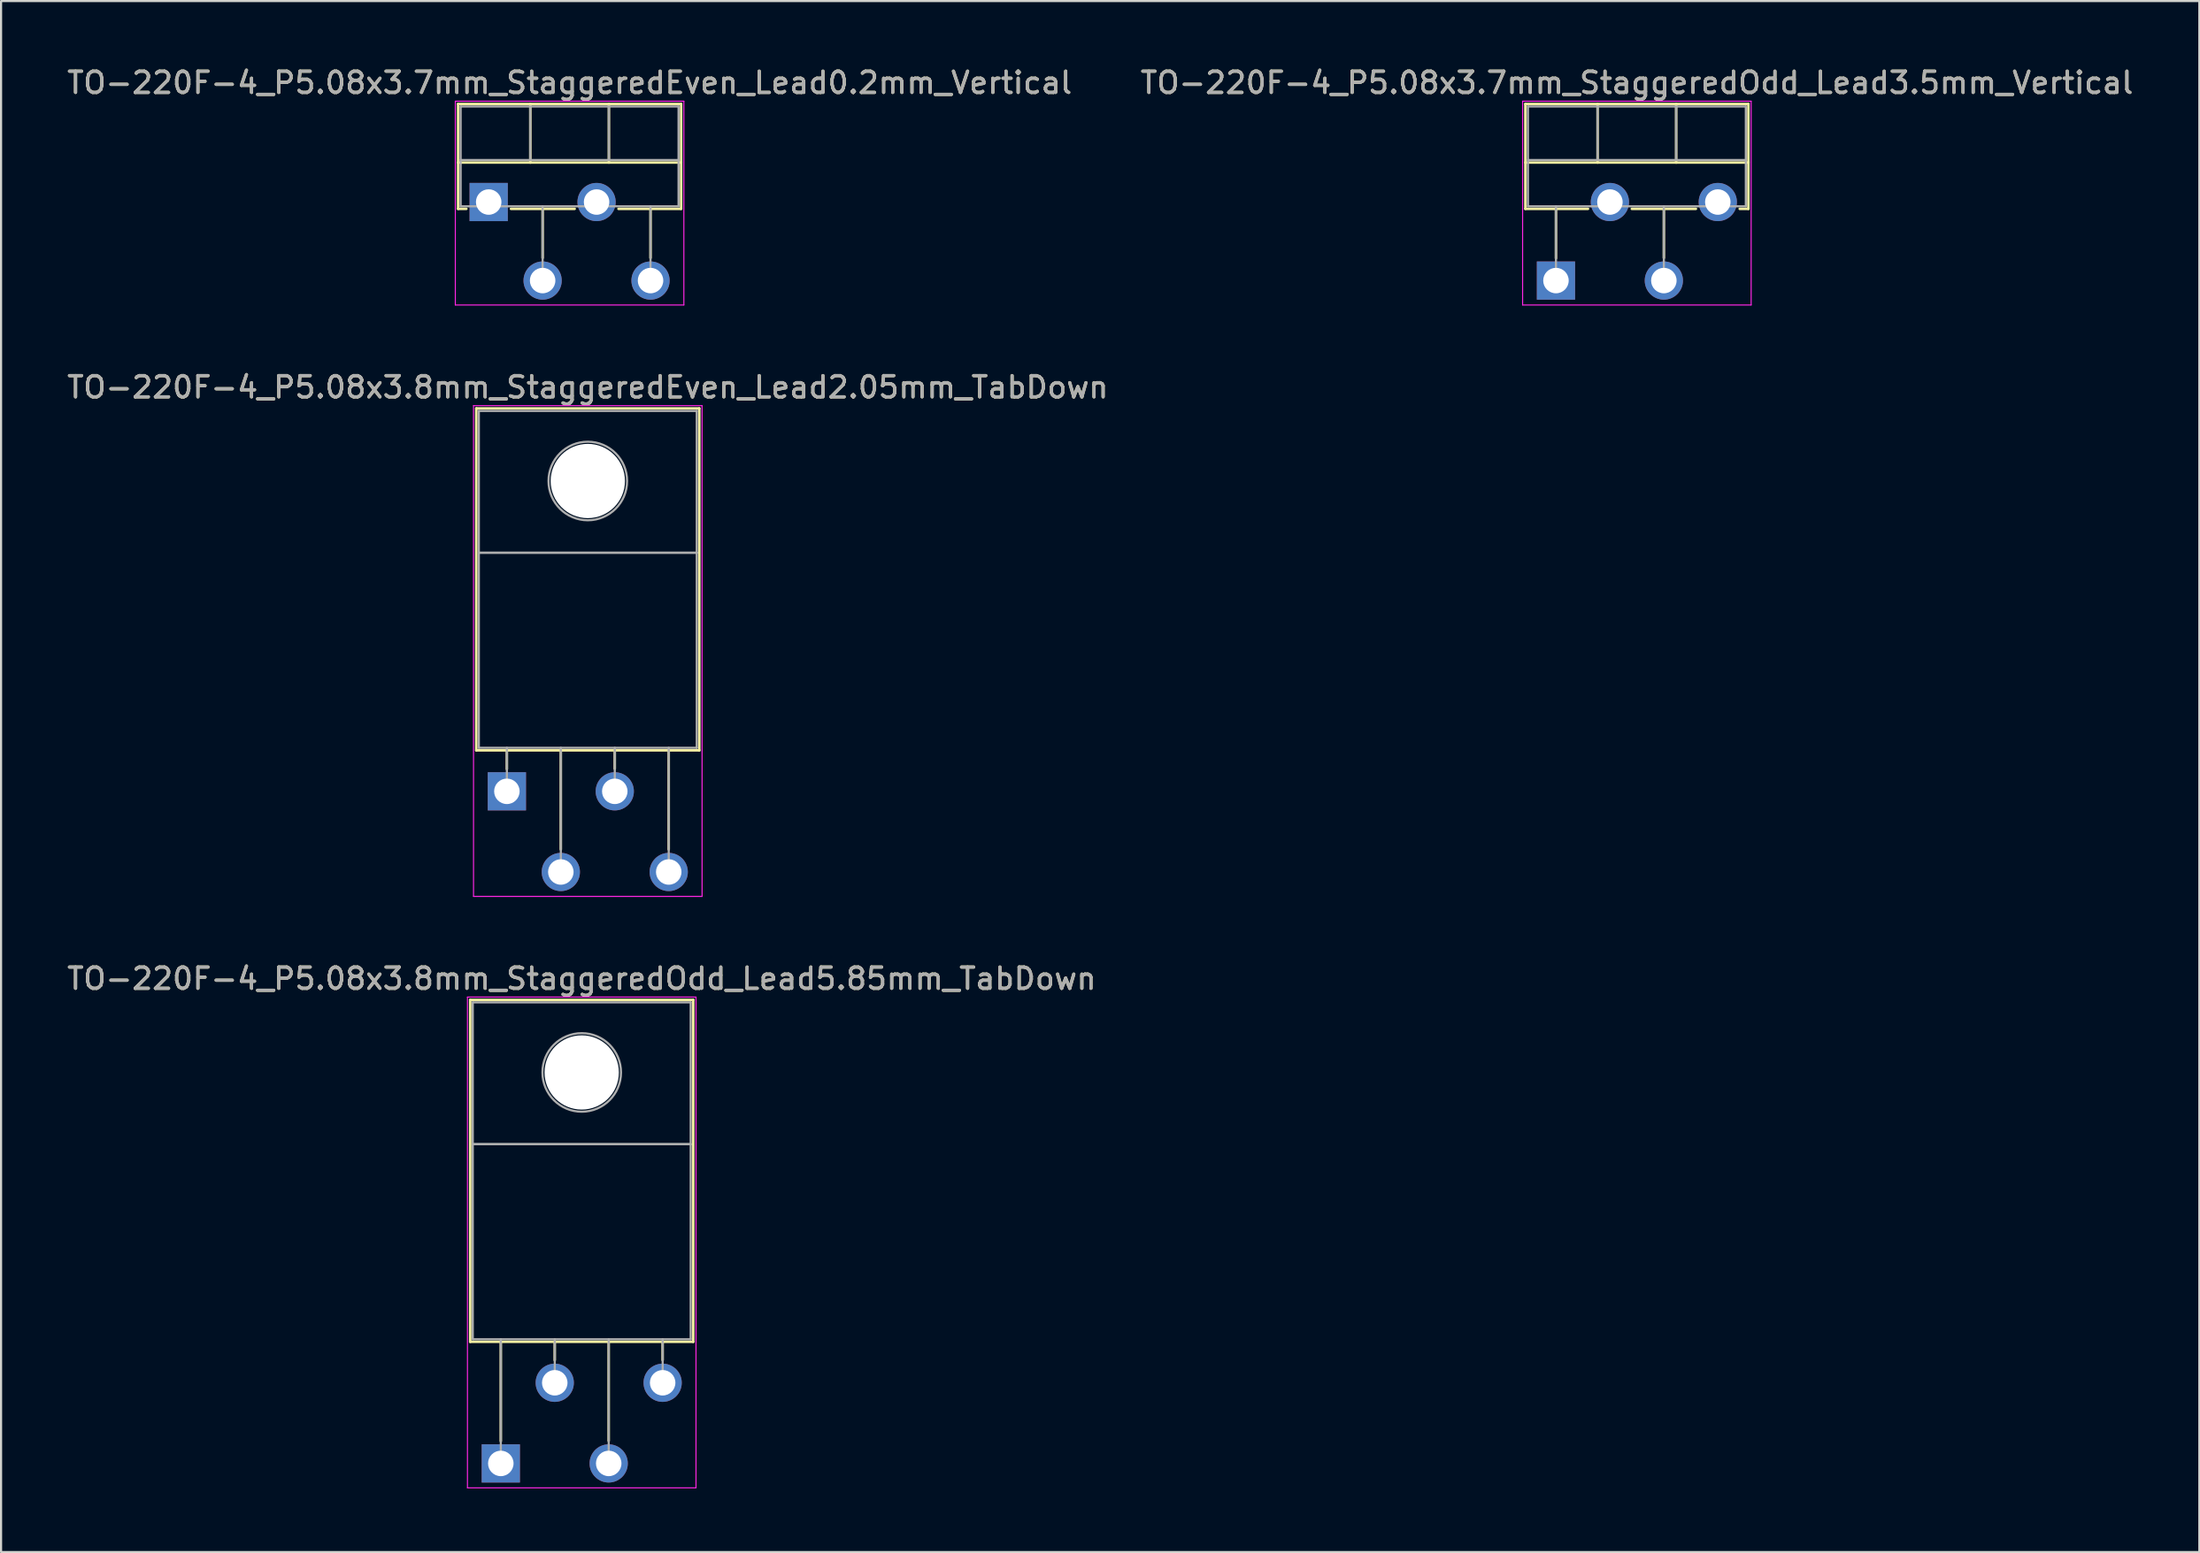
<source format=kicad_pcb>
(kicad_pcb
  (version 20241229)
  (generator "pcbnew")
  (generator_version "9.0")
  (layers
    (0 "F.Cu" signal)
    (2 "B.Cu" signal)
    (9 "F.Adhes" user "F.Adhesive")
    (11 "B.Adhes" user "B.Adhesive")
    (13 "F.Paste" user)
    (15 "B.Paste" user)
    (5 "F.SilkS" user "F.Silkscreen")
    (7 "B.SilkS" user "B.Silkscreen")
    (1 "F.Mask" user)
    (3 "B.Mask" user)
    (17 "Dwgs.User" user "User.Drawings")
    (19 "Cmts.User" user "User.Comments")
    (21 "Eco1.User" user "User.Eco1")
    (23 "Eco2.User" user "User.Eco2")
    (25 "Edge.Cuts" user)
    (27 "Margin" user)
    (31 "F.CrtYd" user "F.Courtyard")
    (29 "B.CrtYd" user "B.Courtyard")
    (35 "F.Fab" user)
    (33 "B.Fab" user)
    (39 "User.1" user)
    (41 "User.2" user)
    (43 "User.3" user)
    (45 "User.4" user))
  (footprint "TO-220F-4_P5.08x3.8mm_StaggeredOdd_Lead5.85mm_TabDown"
    (layer "F.Cu")
    (at 20.529 65.895)
    (property "Reference" "TO-220F-4_P5.08x3.8mm_StaggeredOdd_Lead5.85mm_TabDown" (at 3.81 -22.84 0) (layer "F.SilkS") (effects (font (size 1 1) (thickness 0.15))))
    (attr through_hole)
    (fp_line (start -1.44 -21.84) (end -1.44 -5.73) (stroke (width 0.12) (type solid)) (layer "F.SilkS"))
    (fp_line (start -1.44 -21.84) (end 9.06 -21.84) (stroke (width 0.12) (type solid)) (layer "F.SilkS"))
    (fp_line (start -1.44 -5.73) (end 9.06 -5.73) (stroke (width 0.12) (type solid)) (layer "F.SilkS"))
    (fp_line (start 0 -5.73) (end 0 -1.05) (stroke (width 0.12) (type solid)) (layer "F.SilkS"))
    (fp_line (start 2.54 -5.73) (end 2.54 -4.866) (stroke (width 0.12) (type solid)) (layer "F.SilkS"))
    (fp_line (start 5.08 -5.73) (end 5.08 -1.065) (stroke (width 0.12) (type solid)) (layer "F.SilkS"))
    (fp_line (start 7.62 -5.73) (end 7.62 -4.866) (stroke (width 0.12) (type solid)) (layer "F.SilkS"))
    (fp_line (start 9.06 -21.84) (end 9.06 -5.73) (stroke (width 0.12) (type solid)) (layer "F.SilkS"))
    (fp_line (start -1.57 -21.97) (end -1.57 1.15) (stroke (width 0.05) (type solid)) (layer "F.CrtYd"))
    (fp_line (start -1.57 1.15) (end 9.19 1.15) (stroke (width 0.05) (type solid)) (layer "F.CrtYd"))
    (fp_line (start 9.19 -21.97) (end -1.57 -21.97) (stroke (width 0.05) (type solid)) (layer "F.CrtYd"))
    (fp_line (start 9.19 1.15) (end 9.19 -21.97) (stroke (width 0.05) (type solid)) (layer "F.CrtYd"))
    (fp_line (start -1.32 -21.72) (end 8.94 -21.72) (stroke (width 0.1) (type solid)) (layer "F.Fab"))
    (fp_line (start -1.32 -15.04) (end -1.32 -21.72) (stroke (width 0.1) (type solid)) (layer "F.Fab"))
    (fp_line (start -1.32 -15.04) (end 8.94 -15.04) (stroke (width 0.1) (type solid)) (layer "F.Fab"))
    (fp_line (start -1.32 -5.85) (end -1.32 -15.04) (stroke (width 0.1) (type solid)) (layer "F.Fab"))
    (fp_line (start 0 -5.85) (end 0 0) (stroke (width 0.1) (type solid)) (layer "F.Fab"))
    (fp_line (start 2.54 -5.85) (end 2.54 -3.8) (stroke (width 0.1) (type solid)) (layer "F.Fab"))
    (fp_line (start 5.08 -5.85) (end 5.08 0) (stroke (width 0.1) (type solid)) (layer "F.Fab"))
    (fp_line (start 7.62 -5.85) (end 7.62 -3.8) (stroke (width 0.1) (type solid)) (layer "F.Fab"))
    (fp_line (start 8.94 -21.72) (end 8.94 -15.04) (stroke (width 0.1) (type solid)) (layer "F.Fab"))
    (fp_line (start 8.94 -15.04) (end -1.32 -15.04) (stroke (width 0.1) (type solid)) (layer "F.Fab"))
    (fp_line (start 8.94 -15.04) (end 8.94 -5.85) (stroke (width 0.1) (type solid)) (layer "F.Fab"))
    (fp_line (start 8.94 -5.85) (end -1.32 -5.85) (stroke (width 0.1) (type solid)) (layer "F.Fab"))
    (fp_circle (center 3.81 -18.42) (end 5.66 -18.42) (stroke (width 0.1) (type solid)) (fill no) (layer "F.Fab"))
    (fp_text user "${REFERENCE}" (at 3.81 -22.84 0) (layer "F.Fab") (effects (font (size 1 1) (thickness 0.15))))
    (pad "" np_thru_hole oval (at 3.81 -18.42) (size 3.5 3.5) (drill 3.5) (layers "*.Cu" "*.Mask"))
    (pad "1" thru_hole rect (at 0 0) (size 1.8 1.8) (drill 1.2) (layers "*.Cu" "*.Mask"))
    (pad "2" thru_hole oval (at 2.54 -3.8) (size 1.8 1.8) (drill 1.2) (layers "*.Cu" "*.Mask"))
    (pad "3" thru_hole oval (at 5.08 0) (size 1.8 1.8) (drill 1.2) (layers "*.Cu" "*.Mask"))
    (pad "4" thru_hole oval (at 7.62 -3.8) (size 1.8 1.8) (drill 1.2) (layers "*.Cu" "*.Mask")))
  (footprint "TO-220F-4_P5.08x3.8mm_StaggeredEven_Lead2.05mm_TabDown"
    (layer "F.Cu")
    (at 20.815 34.231)
    (property "Reference" "TO-220F-4_P5.08x3.8mm_StaggeredEven_Lead2.05mm_TabDown" (at 3.81 -19.04 0) (layer "F.SilkS") (effects (font (size 1 1) (thickness 0.15))))
    (attr through_hole)
    (fp_line (start -1.44 -18.04) (end -1.44 -1.93) (stroke (width 0.12) (type solid)) (layer "F.SilkS"))
    (fp_line (start -1.44 -18.04) (end 9.06 -18.04) (stroke (width 0.12) (type solid)) (layer "F.SilkS"))
    (fp_line (start -1.44 -1.93) (end 9.06 -1.93) (stroke (width 0.12) (type solid)) (layer "F.SilkS"))
    (fp_line (start 0 -1.93) (end 0 -1.05) (stroke (width 0.12) (type solid)) (layer "F.SilkS"))
    (fp_line (start 2.54 -1.93) (end 2.54 2.735) (stroke (width 0.12) (type solid)) (layer "F.SilkS"))
    (fp_line (start 5.08 -1.93) (end 5.08 -1.066) (stroke (width 0.12) (type solid)) (layer "F.SilkS"))
    (fp_line (start 7.62 -1.93) (end 7.62 2.735) (stroke (width 0.12) (type solid)) (layer "F.SilkS"))
    (fp_line (start 9.06 -18.04) (end 9.06 -1.93) (stroke (width 0.12) (type solid)) (layer "F.SilkS"))
    (fp_line (start -1.57 -18.17) (end -1.57 4.95) (stroke (width 0.05) (type solid)) (layer "F.CrtYd"))
    (fp_line (start -1.57 4.95) (end 9.19 4.95) (stroke (width 0.05) (type solid)) (layer "F.CrtYd"))
    (fp_line (start 9.19 -18.17) (end -1.57 -18.17) (stroke (width 0.05) (type solid)) (layer "F.CrtYd"))
    (fp_line (start 9.19 4.95) (end 9.19 -18.17) (stroke (width 0.05) (type solid)) (layer "F.CrtYd"))
    (fp_line (start -1.32 -17.92) (end 8.94 -17.92) (stroke (width 0.1) (type solid)) (layer "F.Fab"))
    (fp_line (start -1.32 -11.24) (end -1.32 -17.92) (stroke (width 0.1) (type solid)) (layer "F.Fab"))
    (fp_line (start -1.32 -11.24) (end 8.94 -11.24) (stroke (width 0.1) (type solid)) (layer "F.Fab"))
    (fp_line (start -1.32 -2.05) (end -1.32 -11.24) (stroke (width 0.1) (type solid)) (layer "F.Fab"))
    (fp_line (start 0 -2.05) (end 0 0) (stroke (width 0.1) (type solid)) (layer "F.Fab"))
    (fp_line (start 2.54 -2.05) (end 2.54 3.8) (stroke (width 0.1) (type solid)) (layer "F.Fab"))
    (fp_line (start 5.08 -2.05) (end 5.08 0) (stroke (width 0.1) (type solid)) (layer "F.Fab"))
    (fp_line (start 7.62 -2.05) (end 7.62 3.8) (stroke (width 0.1) (type solid)) (layer "F.Fab"))
    (fp_line (start 8.94 -17.92) (end 8.94 -11.24) (stroke (width 0.1) (type solid)) (layer "F.Fab"))
    (fp_line (start 8.94 -11.24) (end -1.32 -11.24) (stroke (width 0.1) (type solid)) (layer "F.Fab"))
    (fp_line (start 8.94 -11.24) (end 8.94 -2.05) (stroke (width 0.1) (type solid)) (layer "F.Fab"))
    (fp_line (start 8.94 -2.05) (end -1.32 -2.05) (stroke (width 0.1) (type solid)) (layer "F.Fab"))
    (fp_circle (center 3.81 -14.62) (end 5.66 -14.62) (stroke (width 0.1) (type solid)) (fill no) (layer "F.Fab"))
    (fp_text user "${REFERENCE}" (at 3.81 -19.04 0) (layer "F.Fab") (effects (font (size 1 1) (thickness 0.15))))
    (pad "" np_thru_hole oval (at 3.81 -14.62) (size 3.5 3.5) (drill 3.5) (layers "*.Cu" "*.Mask"))
    (pad "1" thru_hole rect (at 0 0) (size 1.8 1.8) (drill 1.2) (layers "*.Cu" "*.Mask"))
    (pad "2" thru_hole oval (at 2.54 3.8) (size 1.8 1.8) (drill 1.2) (layers "*.Cu" "*.Mask"))
    (pad "3" thru_hole oval (at 5.08 0) (size 1.8 1.8) (drill 1.2) (layers "*.Cu" "*.Mask"))
    (pad "4" thru_hole oval (at 7.62 3.8) (size 1.8 1.8) (drill 1.2) (layers "*.Cu" "*.Mask")))
  (footprint "TO-220F-4_P5.08x3.7mm_StaggeredOdd_Lead3.5mm_Vertical"
    (layer "F.Cu")
    (at 70.208 10.168)
    (property "Reference" "TO-220F-4_P5.08x3.7mm_StaggeredOdd_Lead3.5mm_Vertical" (at 3.81 -9.32 0) (layer "F.SilkS") (effects (font (size 1 1) (thickness 0.15))))
    (attr through_hole)
    (fp_line (start -1.44 -8.32) (end -1.44 -3.379) (stroke (width 0.12) (type solid)) (layer "F.SilkS"))
    (fp_line (start -1.44 -8.32) (end 9.06 -8.32) (stroke (width 0.12) (type solid)) (layer "F.SilkS"))
    (fp_line (start -1.44 -5.561) (end 9.06 -5.561) (stroke (width 0.12) (type solid)) (layer "F.SilkS"))
    (fp_line (start -1.44 -3.379) (end 1.509 -3.379) (stroke (width 0.12) (type solid)) (layer "F.SilkS"))
    (fp_line (start 0 -3.379) (end 0 -1.049) (stroke (width 0.12) (type solid)) (layer "F.SilkS"))
    (fp_line (start 1.96 -8.32) (end 1.96 -5.561) (stroke (width 0.12) (type solid)) (layer "F.SilkS"))
    (fp_line (start 3.572 -3.379) (end 6.589 -3.379) (stroke (width 0.12) (type solid)) (layer "F.SilkS"))
    (fp_line (start 5.08 -3.379) (end 5.08 -1.065) (stroke (width 0.12) (type solid)) (layer "F.SilkS"))
    (fp_line (start 5.66 -8.32) (end 5.66 -5.561) (stroke (width 0.12) (type solid)) (layer "F.SilkS"))
    (fp_line (start 8.652 -3.379) (end 9.06 -3.379) (stroke (width 0.12) (type solid)) (layer "F.SilkS"))
    (fp_line (start 9.06 -8.32) (end 9.06 -3.379) (stroke (width 0.12) (type solid)) (layer "F.SilkS"))
    (fp_line (start -1.57 -8.45) (end -1.57 1.15) (stroke (width 0.05) (type solid)) (layer "F.CrtYd"))
    (fp_line (start -1.57 1.15) (end 9.19 1.15) (stroke (width 0.05) (type solid)) (layer "F.CrtYd"))
    (fp_line (start 9.19 -8.45) (end -1.57 -8.45) (stroke (width 0.05) (type solid)) (layer "F.CrtYd"))
    (fp_line (start 9.19 1.15) (end 9.19 -8.45) (stroke (width 0.05) (type solid)) (layer "F.CrtYd"))
    (fp_line (start -1.32 -8.2) (end -1.32 -3.5) (stroke (width 0.1) (type solid)) (layer "F.Fab"))
    (fp_line (start -1.32 -5.68) (end 8.94 -5.68) (stroke (width 0.1) (type solid)) (layer "F.Fab"))
    (fp_line (start -1.32 -3.5) (end 8.94 -3.5) (stroke (width 0.1) (type solid)) (layer "F.Fab"))
    (fp_line (start 0 -3.5) (end 0 0) (stroke (width 0.1) (type solid)) (layer "F.Fab"))
    (fp_line (start 1.96 -8.2) (end 1.96 -5.68) (stroke (width 0.1) (type solid)) (layer "F.Fab"))
    (fp_line (start 5.08 -3.5) (end 5.08 0) (stroke (width 0.1) (type solid)) (layer "F.Fab"))
    (fp_line (start 5.66 -8.2) (end 5.66 -5.68) (stroke (width 0.1) (type solid)) (layer "F.Fab"))
    (fp_line (start 8.94 -8.2) (end -1.32 -8.2) (stroke (width 0.1) (type solid)) (layer "F.Fab"))
    (fp_line (start 8.94 -3.5) (end 8.94 -8.2) (stroke (width 0.1) (type solid)) (layer "F.Fab"))
    (fp_text user "${REFERENCE}" (at 3.81 -9.32 0) (layer "F.Fab") (effects (font (size 1 1) (thickness 0.15))))
    (pad "1" thru_hole rect (at 0 0) (size 1.8 1.8) (drill 1.2) (layers "*.Cu" "*.Mask"))
    (pad "2" thru_hole oval (at 2.54 -3.7) (size 1.8 1.8) (drill 1.2) (layers "*.Cu" "*.Mask"))
    (pad "3" thru_hole oval (at 5.08 0) (size 1.8 1.8) (drill 1.2) (layers "*.Cu" "*.Mask"))
    (pad "4" thru_hole oval (at 7.62 -3.7) (size 1.8 1.8) (drill 1.2) (layers "*.Cu" "*.Mask")))
  (footprint "TO-220F-4_P5.08x3.7mm_StaggeredEven_Lead0.2mm_Vertical"
    (layer "F.Cu")
    (at 19.958 6.468)
    (property "Reference" "TO-220F-4_P5.08x3.7mm_StaggeredEven_Lead0.2mm_Vertical" (at 3.81 -5.62 0) (layer "F.SilkS") (effects (font (size 1 1) (thickness 0.15))))
    (attr through_hole)
    (fp_line (start -1.44 -4.62) (end -1.44 0.321) (stroke (width 0.12) (type solid)) (layer "F.SilkS"))
    (fp_line (start -1.44 -4.62) (end 9.06 -4.62) (stroke (width 0.12) (type solid)) (layer "F.SilkS"))
    (fp_line (start -1.44 -1.861) (end 9.06 -1.861) (stroke (width 0.12) (type solid)) (layer "F.SilkS"))
    (fp_line (start -1.44 0.321) (end -1.05 0.321) (stroke (width 0.12) (type solid)) (layer "F.SilkS"))
    (fp_line (start 1.05 0.321) (end 4.049 0.321) (stroke (width 0.12) (type solid)) (layer "F.SilkS"))
    (fp_line (start 1.96 -4.62) (end 1.96 -1.861) (stroke (width 0.12) (type solid)) (layer "F.SilkS"))
    (fp_line (start 2.54 0.321) (end 2.54 2.635) (stroke (width 0.12) (type solid)) (layer "F.SilkS"))
    (fp_line (start 5.66 -4.62) (end 5.66 -1.861) (stroke (width 0.12) (type solid)) (layer "F.SilkS"))
    (fp_line (start 6.112 0.321) (end 9.06 0.321) (stroke (width 0.12) (type solid)) (layer "F.SilkS"))
    (fp_line (start 7.62 0.321) (end 7.62 2.635) (stroke (width 0.12) (type solid)) (layer "F.SilkS"))
    (fp_line (start 9.06 -4.62) (end 9.06 0.321) (stroke (width 0.12) (type solid)) (layer "F.SilkS"))
    (fp_line (start -1.57 -4.75) (end -1.57 4.85) (stroke (width 0.05) (type solid)) (layer "F.CrtYd"))
    (fp_line (start -1.57 4.85) (end 9.19 4.85) (stroke (width 0.05) (type solid)) (layer "F.CrtYd"))
    (fp_line (start 9.19 -4.75) (end -1.57 -4.75) (stroke (width 0.05) (type solid)) (layer "F.CrtYd"))
    (fp_line (start 9.19 4.85) (end 9.19 -4.75) (stroke (width 0.05) (type solid)) (layer "F.CrtYd"))
    (fp_line (start -1.32 -4.5) (end -1.32 0.2) (stroke (width 0.1) (type solid)) (layer "F.Fab"))
    (fp_line (start -1.32 -1.98) (end 8.94 -1.98) (stroke (width 0.1) (type solid)) (layer "F.Fab"))
    (fp_line (start -1.32 0.2) (end 8.94 0.2) (stroke (width 0.1) (type solid)) (layer "F.Fab"))
    (fp_line (start 1.96 -4.5) (end 1.96 -1.98) (stroke (width 0.1) (type solid)) (layer "F.Fab"))
    (fp_line (start 2.54 0.2) (end 2.54 3.7) (stroke (width 0.1) (type solid)) (layer "F.Fab"))
    (fp_line (start 5.66 -4.5) (end 5.66 -1.98) (stroke (width 0.1) (type solid)) (layer "F.Fab"))
    (fp_line (start 7.62 0.2) (end 7.62 3.7) (stroke (width 0.1) (type solid)) (layer "F.Fab"))
    (fp_line (start 8.94 -4.5) (end -1.32 -4.5) (stroke (width 0.1) (type solid)) (layer "F.Fab"))
    (fp_line (start 8.94 0.2) (end 8.94 -4.5) (stroke (width 0.1) (type solid)) (layer "F.Fab"))
    (fp_text user "${REFERENCE}" (at 3.81 -5.62 0) (layer "F.Fab") (effects (font (size 1 1) (thickness 0.15))))
    (pad "1" thru_hole rect (at 0 0) (size 1.8 1.8) (drill 1.2) (layers "*.Cu" "*.Mask"))
    (pad "2" thru_hole oval (at 2.54 3.7) (size 1.8 1.8) (drill 1.2) (layers "*.Cu" "*.Mask"))
    (pad "3" thru_hole oval (at 5.08 0) (size 1.8 1.8) (drill 1.2) (layers "*.Cu" "*.Mask"))
    (pad "4" thru_hole oval (at 7.62 3.7) (size 1.8 1.8) (drill 1.2) (layers "*.Cu" "*.Mask")))
  (gr_rect
    (start -3 -3)
    (end 100.5 70.07)
    (stroke (width 0.1) (type default))
    (fill no)
    (layer "Edge.Cuts")))
</source>
